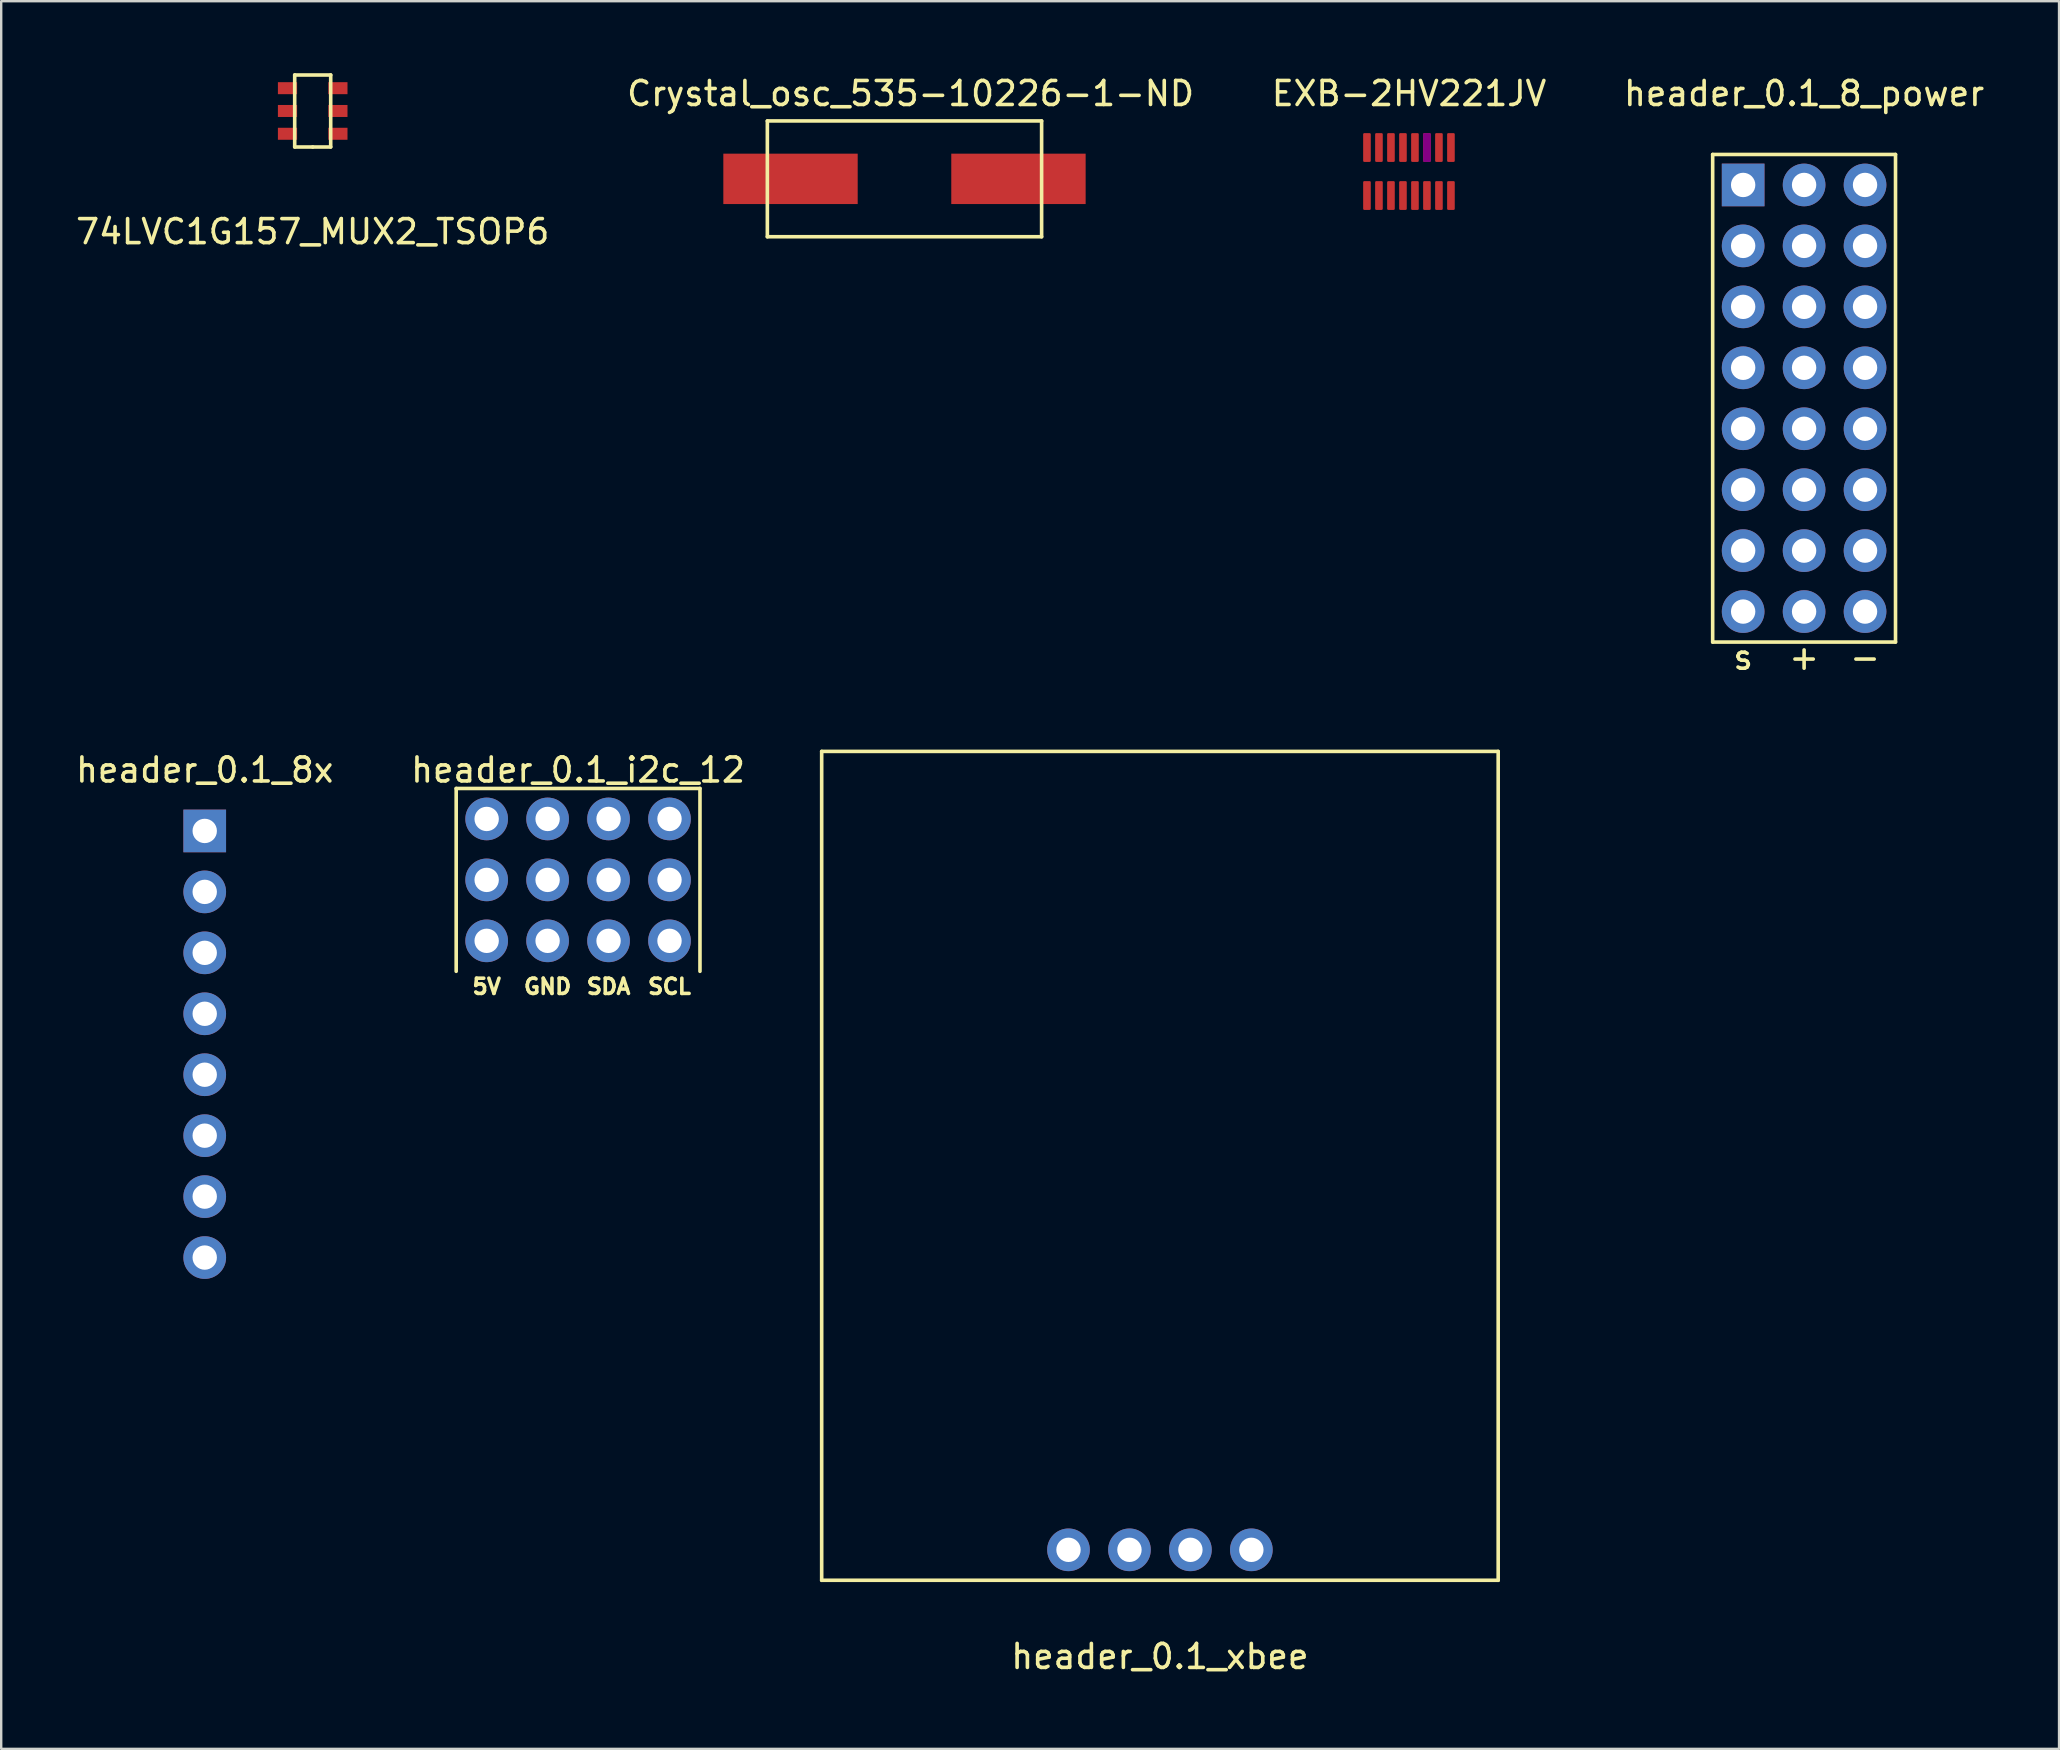
<source format=kicad_pcb>
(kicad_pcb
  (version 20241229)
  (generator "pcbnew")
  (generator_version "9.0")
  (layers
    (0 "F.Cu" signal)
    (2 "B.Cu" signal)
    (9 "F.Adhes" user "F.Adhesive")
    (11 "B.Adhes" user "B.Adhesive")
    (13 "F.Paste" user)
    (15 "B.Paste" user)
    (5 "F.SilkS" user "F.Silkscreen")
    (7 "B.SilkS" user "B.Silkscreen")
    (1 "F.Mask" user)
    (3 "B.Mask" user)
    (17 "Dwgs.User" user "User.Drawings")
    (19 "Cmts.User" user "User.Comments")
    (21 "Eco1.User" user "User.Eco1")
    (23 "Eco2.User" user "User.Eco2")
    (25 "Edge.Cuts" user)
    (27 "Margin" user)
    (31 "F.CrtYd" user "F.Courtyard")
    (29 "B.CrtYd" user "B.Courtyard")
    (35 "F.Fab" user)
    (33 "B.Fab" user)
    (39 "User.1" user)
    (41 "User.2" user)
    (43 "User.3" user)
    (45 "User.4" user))
  (footprint "EXB-2HV221JV"
    (layer "F.Cu")
    (at 55.669 4.098)
    (property "Reference" "EXB-2HV221JV" (at 0.004 -3.25 0) (layer "F.SilkS") (effects (font (size 1 1) (thickness 0.15))))
    (attr through_hole)
    (pad "1" smd roundrect (at -1.75 1) (size 0.318 1.2) (layers "F.Cu" "F.Mask" "F.Paste") (roundrect_rratio 0.15))
    (pad "2" smd roundrect (at -1.25 1) (size 0.318 1.2) (layers "F.Cu" "F.Mask" "F.Paste") (roundrect_rratio 0.15))
    (pad "3" smd roundrect (at -0.75 1) (size 0.318 1.2) (layers "F.Cu" "F.Mask" "F.Paste" "Eco1.User") (roundrect_rratio 0.15))
    (pad "4" smd roundrect (at -0.25 1) (size 0.318 1.2) (layers "F.Cu" "F.Mask" "F.Paste" "Eco1.User") (roundrect_rratio 0.15))
    (pad "5" smd roundrect (at 0.25 1) (size 0.318 1.2) (layers "F.Cu" "F.Mask" "F.Paste" "Eco1.User") (roundrect_rratio 0.15))
    (pad "6" smd roundrect (at 0.75 1) (size 0.318 1.2) (layers "F.Cu" "F.Mask" "F.Paste" "Eco1.User") (roundrect_rratio 0.15))
    (pad "7" smd roundrect (at 1.25 1) (size 0.318 1.2) (layers "F.Cu" "F.Mask" "F.Paste" "Eco1.User") (roundrect_rratio 0.15))
    (pad "8" smd roundrect (at 1.75 1) (size 0.318 1.2) (layers "F.Cu" "F.Mask" "F.Paste" "Eco1.User") (roundrect_rratio 0.15))
    (pad "9" smd roundrect (at 1.75 -1) (size 0.318 1.2) (layers "F.Cu" "F.Mask" "F.Paste") (roundrect_rratio 0.15))
    (pad "10" smd roundrect (at 1.25 -1) (size 0.318 1.2) (layers "F.Cu" "F.Mask" "F.Paste" "Eco1.User") (roundrect_rratio 0.15))
    (pad "11" smd roundrect (at 0.75 -1) (size 0.318 1.2) (layers "F.Cu" "F.Mask" "F.Adhes" "F.Paste" "Eco1.User") (roundrect_rratio 0.15))
    (pad "12" smd roundrect (at 0.25 -1) (size 0.318 1.2) (layers "F.Cu" "F.Mask" "F.Paste" "Eco1.User") (roundrect_rratio 0.15))
    (pad "13" smd roundrect (at -0.25 -1) (size 0.318 1.2) (layers "F.Cu" "F.Mask" "F.Paste" "Eco1.User") (roundrect_rratio 0.15))
    (pad "14" smd roundrect (at -0.75 -1) (size 0.318 1.2) (layers "F.Cu" "F.Mask" "F.Paste" "Eco1.User") (roundrect_rratio 0.15))
    (pad "15" smd roundrect (at -1.25 -1) (size 0.318 1.2) (layers "F.Cu" "F.Mask" "F.Paste" "Eco1.User") (roundrect_rratio 0.15))
    (pad "16" smd roundrect (at -1.75 -1) (size 0.318 1.2) (layers "F.Cu" "F.Mask" "F.Paste" "Eco1.User") (roundrect_rratio 0.15)))
  (footprint "header_0.1_i2c_12"
    (layer "F.Cu")
    (at 21.042 29.81)
    (property "Reference" "header_0.1_i2c_12" (at 0 -0.77 0) (layer "F.SilkS") (effects (font (size 1 1) (thickness 0.15))))
    (attr through_hole)
    (fp_line (start -5.08 0) (end 5.08 0) (stroke (width 0.15) (type solid)) (layer "F.SilkS"))
    (fp_line (start -5.08 7.62) (end -5.08 0) (stroke (width 0.15) (type solid)) (layer "F.SilkS"))
    (fp_line (start 5.08 0) (end 5.08 7.62) (stroke (width 0.15) (type solid)) (layer "F.SilkS"))
    (fp_text user "5V" (at -3.81 8.255 0) (layer "F.SilkS") (effects (font (size 0.635 0.635) (thickness 0.15))))
    (fp_text user "GND" (at -1.27 8.255 0) (layer "F.SilkS") (effects (font (size 0.635 0.635) (thickness 0.15))))
    (fp_text user "SCL" (at 3.81 8.255 0) (layer "F.SilkS") (effects (font (size 0.635 0.635) (thickness 0.15))))
    (fp_text user "SDA" (at 1.27 8.255 0) (layer "F.SilkS") (effects (font (size 0.635 0.635) (thickness 0.15))))
    (pad "1" thru_hole circle (at -3.81 1.27) (size 1.778 1.778) (drill 1.016) (layers "*.Cu" "*.Mask"))
    (pad "1" thru_hole circle (at -3.81 3.81) (size 1.778 1.778) (drill 1.016) (layers "*.Cu" "*.Mask"))
    (pad "1" thru_hole circle (at -3.81 6.35) (size 1.778 1.778) (drill 1.016) (layers "*.Cu" "*.Mask"))
    (pad "2" thru_hole circle (at -1.27 1.27) (size 1.778 1.778) (drill 1.016) (layers "*.Cu" "*.Mask"))
    (pad "2" thru_hole circle (at -1.27 3.81) (size 1.778 1.778) (drill 1.016) (layers "*.Cu" "*.Mask"))
    (pad "2" thru_hole circle (at -1.27 6.35) (size 1.778 1.778) (drill 1.016) (layers "*.Cu" "*.Mask"))
    (pad "3" thru_hole circle (at 1.27 1.27) (size 1.778 1.778) (drill 1.016) (layers "*.Cu" "*.Mask"))
    (pad "3" thru_hole circle (at 1.27 3.81) (size 1.778 1.778) (drill 1.016) (layers "*.Cu" "*.Mask"))
    (pad "3" thru_hole circle (at 1.27 6.35) (size 1.778 1.778) (drill 1.016) (layers "*.Cu" "*.Mask"))
    (pad "4" thru_hole circle (at 3.81 1.27) (size 1.778 1.778) (drill 1.016) (layers "*.Cu" "*.Mask"))
    (pad "4" thru_hole circle (at 3.81 3.81) (size 1.778 1.778) (drill 1.016) (layers "*.Cu" "*.Mask"))
    (pad "4" thru_hole circle (at 3.81 6.35) (size 1.778 1.778) (drill 1.016) (layers "*.Cu" "*.Mask")))
  (footprint "header_0.1_8x"
    (layer "F.Cu")
    (at 5.482 35.39)
    (property "Reference" "header_0.1_8x" (at 0 -6.35 0) (layer "F.SilkS") (effects (font (size 1 1) (thickness 0.15))))
    (attr through_hole)
    (pad "1" thru_hole rect (at 0 -3.81) (size 1.778 1.778) (drill 1.016) (layers "*.Cu" "*.Mask"))
    (pad "2" thru_hole circle (at 0 -1.27) (size 1.778 1.778) (drill 1.016) (layers "*.Cu" "*.Mask"))
    (pad "3" thru_hole circle (at 0 1.27) (size 1.778 1.778) (drill 1.016) (layers "*.Cu" "*.Mask"))
    (pad "4" thru_hole circle (at 0 3.81) (size 1.778 1.778) (drill 1.016) (layers "*.Cu" "*.Mask"))
    (pad "5" thru_hole circle (at 0 6.35) (size 1.778 1.778) (drill 1.016) (layers "*.Cu" "*.Mask"))
    (pad "6" thru_hole circle (at 0 8.89) (size 1.778 1.778) (drill 1.016) (layers "*.Cu" "*.Mask"))
    (pad "7" thru_hole circle (at 0 11.43) (size 1.778 1.778) (drill 1.016) (layers "*.Cu" "*.Mask"))
    (pad "8" thru_hole circle (at 0 13.97) (size 1.778 1.778) (drill 1.016) (layers "*.Cu" "*.Mask")))
  (footprint "74LVC1G157_MUX2_TSOP6"
    (layer "F.Cu")
    (at 9.982 1.575)
    (property "Reference" "74LVC1G157_MUX2_TSOP6" (at 0 5.03 0) (layer "F.SilkS") (effects (font (size 1 1) (thickness 0.15))))
    (attr through_hole)
    (fp_line (start -0.75 -1.5) (end -0.75 1.5) (stroke (width 0.15) (type solid)) (layer "F.SilkS"))
    (fp_line (start -0.75 1.5) (end 0 1.5) (stroke (width 0.15) (type solid)) (layer "F.SilkS"))
    (fp_line (start 0 1.5) (end 0.75 1.5) (stroke (width 0.15) (type solid)) (layer "F.SilkS"))
    (fp_line (start 0.75 -1.5) (end -0.75 -1.5) (stroke (width 0.15) (type solid)) (layer "F.SilkS"))
    (fp_line (start 0.75 1.5) (end 0.75 -1.5) (stroke (width 0.15) (type solid)) (layer "F.SilkS"))
    (pad "1" smd rect (at -1.05 -0.95) (size 0.8 0.5) (layers "F.Cu" "F.Mask" "F.Paste"))
    (pad "2" smd rect (at -1.05 0) (size 0.8 0.5) (layers "F.Cu" "F.Mask" "F.Paste"))
    (pad "3" smd rect (at -1.05 0.95) (size 0.8 0.5) (layers "F.Cu" "F.Mask" "F.Paste"))
    (pad "4" smd rect (at 1.05 0.95) (size 0.8 0.5) (layers "F.Cu" "F.Mask" "F.Paste"))
    (pad "5" smd rect (at 1.05 0) (size 0.8 0.5) (layers "F.Cu" "F.Mask" "F.Paste"))
    (pad "6" smd rect (at 1.05 -0.95) (size 0.8 0.5) (layers "F.Cu" "F.Mask" "F.Paste")))
  (footprint "header_0.1_8_power"
    (layer "F.Cu")
    (at 72.137 7.198)
    (property "Reference" "header_0.1_8_power" (at 0 -6.35 0) (layer "F.SilkS") (effects (font (size 1 1) (thickness 0.15))))
    (attr through_hole)
    (fp_line (start -3.81 -3.81) (end -3.81 16.51) (stroke (width 0.15) (type solid)) (layer "F.SilkS"))
    (fp_line (start -3.81 16.51) (end 3.81 16.51) (stroke (width 0.15) (type solid)) (layer "F.SilkS"))
    (fp_line (start 3.81 -3.81) (end -3.81 -3.81) (stroke (width 0.15) (type solid)) (layer "F.SilkS"))
    (fp_line (start 3.81 16.51) (end 3.81 -3.81) (stroke (width 0.15) (type solid)) (layer "F.SilkS"))
    (fp_text user "+" (at 0 17.145 0) (layer "F.SilkS") (effects (font (size 1 1) (thickness 0.15))))
    (fp_text user "s" (at -2.54 17.145 0) (layer "F.SilkS") (effects (font (size 1 1) (thickness 0.15))))
    (fp_text user "-" (at 2.54 17.145 0) (layer "F.SilkS") (effects (font (size 1 1) (thickness 0.15))))
    (pad "1" thru_hole rect (at -2.54 -2.54) (size 1.778 1.778) (drill 1.016) (layers "*.Cu" "*.Mask"))
    (pad "2" thru_hole circle (at -2.54 0) (size 1.778 1.778) (drill 1.016) (layers "*.Cu" "*.Mask"))
    (pad "3" thru_hole circle (at -2.54 2.54) (size 1.778 1.778) (drill 1.016) (layers "*.Cu" "*.Mask"))
    (pad "4" thru_hole circle (at -2.54 5.08) (size 1.778 1.778) (drill 1.016) (layers "*.Cu" "*.Mask"))
    (pad "5" thru_hole circle (at -2.54 7.62) (size 1.778 1.778) (drill 1.016) (layers "*.Cu" "*.Mask"))
    (pad "6" thru_hole circle (at -2.54 10.16) (size 1.778 1.778) (drill 1.016) (layers "*.Cu" "*.Mask"))
    (pad "7" thru_hole circle (at -2.54 12.7) (size 1.778 1.778) (drill 1.016) (layers "*.Cu" "*.Mask"))
    (pad "8" thru_hole circle (at -2.54 15.24) (size 1.778 1.778) (drill 1.016) (layers "*.Cu" "*.Mask"))
    (pad "9" thru_hole circle (at 0 -2.54) (size 1.778 1.778) (drill 1.016) (layers "*.Cu" "*.Mask"))
    (pad "9" thru_hole circle (at 0 0) (size 1.778 1.778) (drill 1.016) (layers "*.Cu" "*.Mask"))
    (pad "9" thru_hole circle (at 0 2.54) (size 1.778 1.778) (drill 1.016) (layers "*.Cu" "*.Mask"))
    (pad "9" thru_hole circle (at 0 5.08) (size 1.778 1.778) (drill 1.016) (layers "*.Cu" "*.Mask"))
    (pad "9" thru_hole circle (at 0 7.62) (size 1.778 1.778) (drill 1.016) (layers "*.Cu" "*.Mask"))
    (pad "9" thru_hole circle (at 0 10.16) (size 1.778 1.778) (drill 1.016) (layers "*.Cu" "*.Mask"))
    (pad "9" thru_hole circle (at 0 12.7) (size 1.778 1.778) (drill 1.016) (layers "*.Cu" "*.Mask"))
    (pad "9" thru_hole circle (at 0 15.24) (size 1.778 1.778) (drill 1.016) (layers "*.Cu" "*.Mask"))
    (pad "10" thru_hole circle (at 2.54 -2.54) (size 1.778 1.778) (drill 1.016) (layers "*.Cu" "*.Mask"))
    (pad "10" thru_hole circle (at 2.54 0) (size 1.778 1.778) (drill 1.016) (layers "*.Cu" "*.Mask"))
    (pad "10" thru_hole circle (at 2.54 2.54) (size 1.778 1.778) (drill 1.016) (layers "*.Cu" "*.Mask"))
    (pad "10" thru_hole circle (at 2.54 5.08) (size 1.778 1.778) (drill 1.016) (layers "*.Cu" "*.Mask"))
    (pad "10" thru_hole circle (at 2.54 7.62) (size 1.778 1.778) (drill 1.016) (layers "*.Cu" "*.Mask"))
    (pad "10" thru_hole circle (at 2.54 10.16) (size 1.778 1.778) (drill 1.016) (layers "*.Cu" "*.Mask"))
    (pad "10" thru_hole circle (at 2.54 12.7) (size 1.778 1.778) (drill 1.016) (layers "*.Cu" "*.Mask"))
    (pad "10" thru_hole circle (at 2.54 15.24) (size 1.778 1.778) (drill 1.016) (layers "*.Cu" "*.Mask")))
  (footprint "header_0.1_xbee"
    (layer "F.Cu")
    (at 45.291 62.81)
    (property "Reference" "header_0.1_xbee" (at 0 3.175 0) (layer "F.SilkS") (effects (font (size 1 1) (thickness 0.15))))
    (attr through_hole)
    (fp_line (start -14.097 -34.544) (end -14.097 0) (stroke (width 0.15) (type solid)) (layer "F.SilkS"))
    (fp_line (start -14.097 -34.544) (end 14.097 -34.544) (stroke (width 0.15) (type solid)) (layer "F.SilkS"))
    (fp_line (start -14.097 0) (end 14.097 0) (stroke (width 0.15) (type solid)) (layer "F.SilkS"))
    (fp_line (start 14.097 -34.544) (end 14.097 0) (stroke (width 0.15) (type solid)) (layer "F.SilkS"))
    (pad "1" thru_hole circle (at -3.81 -1.27) (size 1.778 1.778) (drill 1.016) (layers "*.Cu" "*.Mask"))
    (pad "2" thru_hole circle (at -1.27 -1.27) (size 1.778 1.778) (drill 1.016) (layers "*.Cu" "*.Mask"))
    (pad "3" thru_hole circle (at 1.27 -1.27) (size 1.778 1.778) (drill 1.016) (layers "*.Cu" "*.Mask"))
    (pad "4" thru_hole circle (at 3.81 -1.27) (size 1.778 1.778) (drill 1.016) (layers "*.Cu" "*.Mask")))
  (footprint "Crystal_osc_535-10226-1-ND"
    (layer "F.Cu")
    (at 34.645 1.864)
    (property "Reference" "Crystal_osc_535-10226-1-ND" (at 0.254 -1.016 0) (layer "F.SilkS") (effects (font (size 1 1) (thickness 0.15))))
    (attr through_hole)
    (fp_line (start -5.715 0.127) (end -5.715 4.953) (stroke (width 0.15) (type solid)) (layer "F.SilkS"))
    (fp_line (start -5.715 0.127) (end 5.715 0.127) (stroke (width 0.15) (type solid)) (layer "F.SilkS"))
    (fp_line (start -5.715 4.953) (end 5.715 4.953) (stroke (width 0.15) (type solid)) (layer "F.SilkS"))
    (fp_line (start 5.715 4.953) (end 5.715 0.127) (stroke (width 0.15) (type solid)) (layer "F.SilkS"))
    (pad "1" smd rect (at -4.75 2.54) (size 5.6 2.1) (layers "F.Cu" "F.Mask" "F.Paste"))
    (pad "2" smd rect (at 4.75 2.54) (size 5.6 2.1) (layers "F.Cu" "F.Mask" "F.Paste")))
  (gr_rect
    (start -3 -3)
    (end 82.762 69.834)
    (stroke (width 0.1) (type default))
    (fill no)
    (layer "Edge.Cuts")))
</source>
